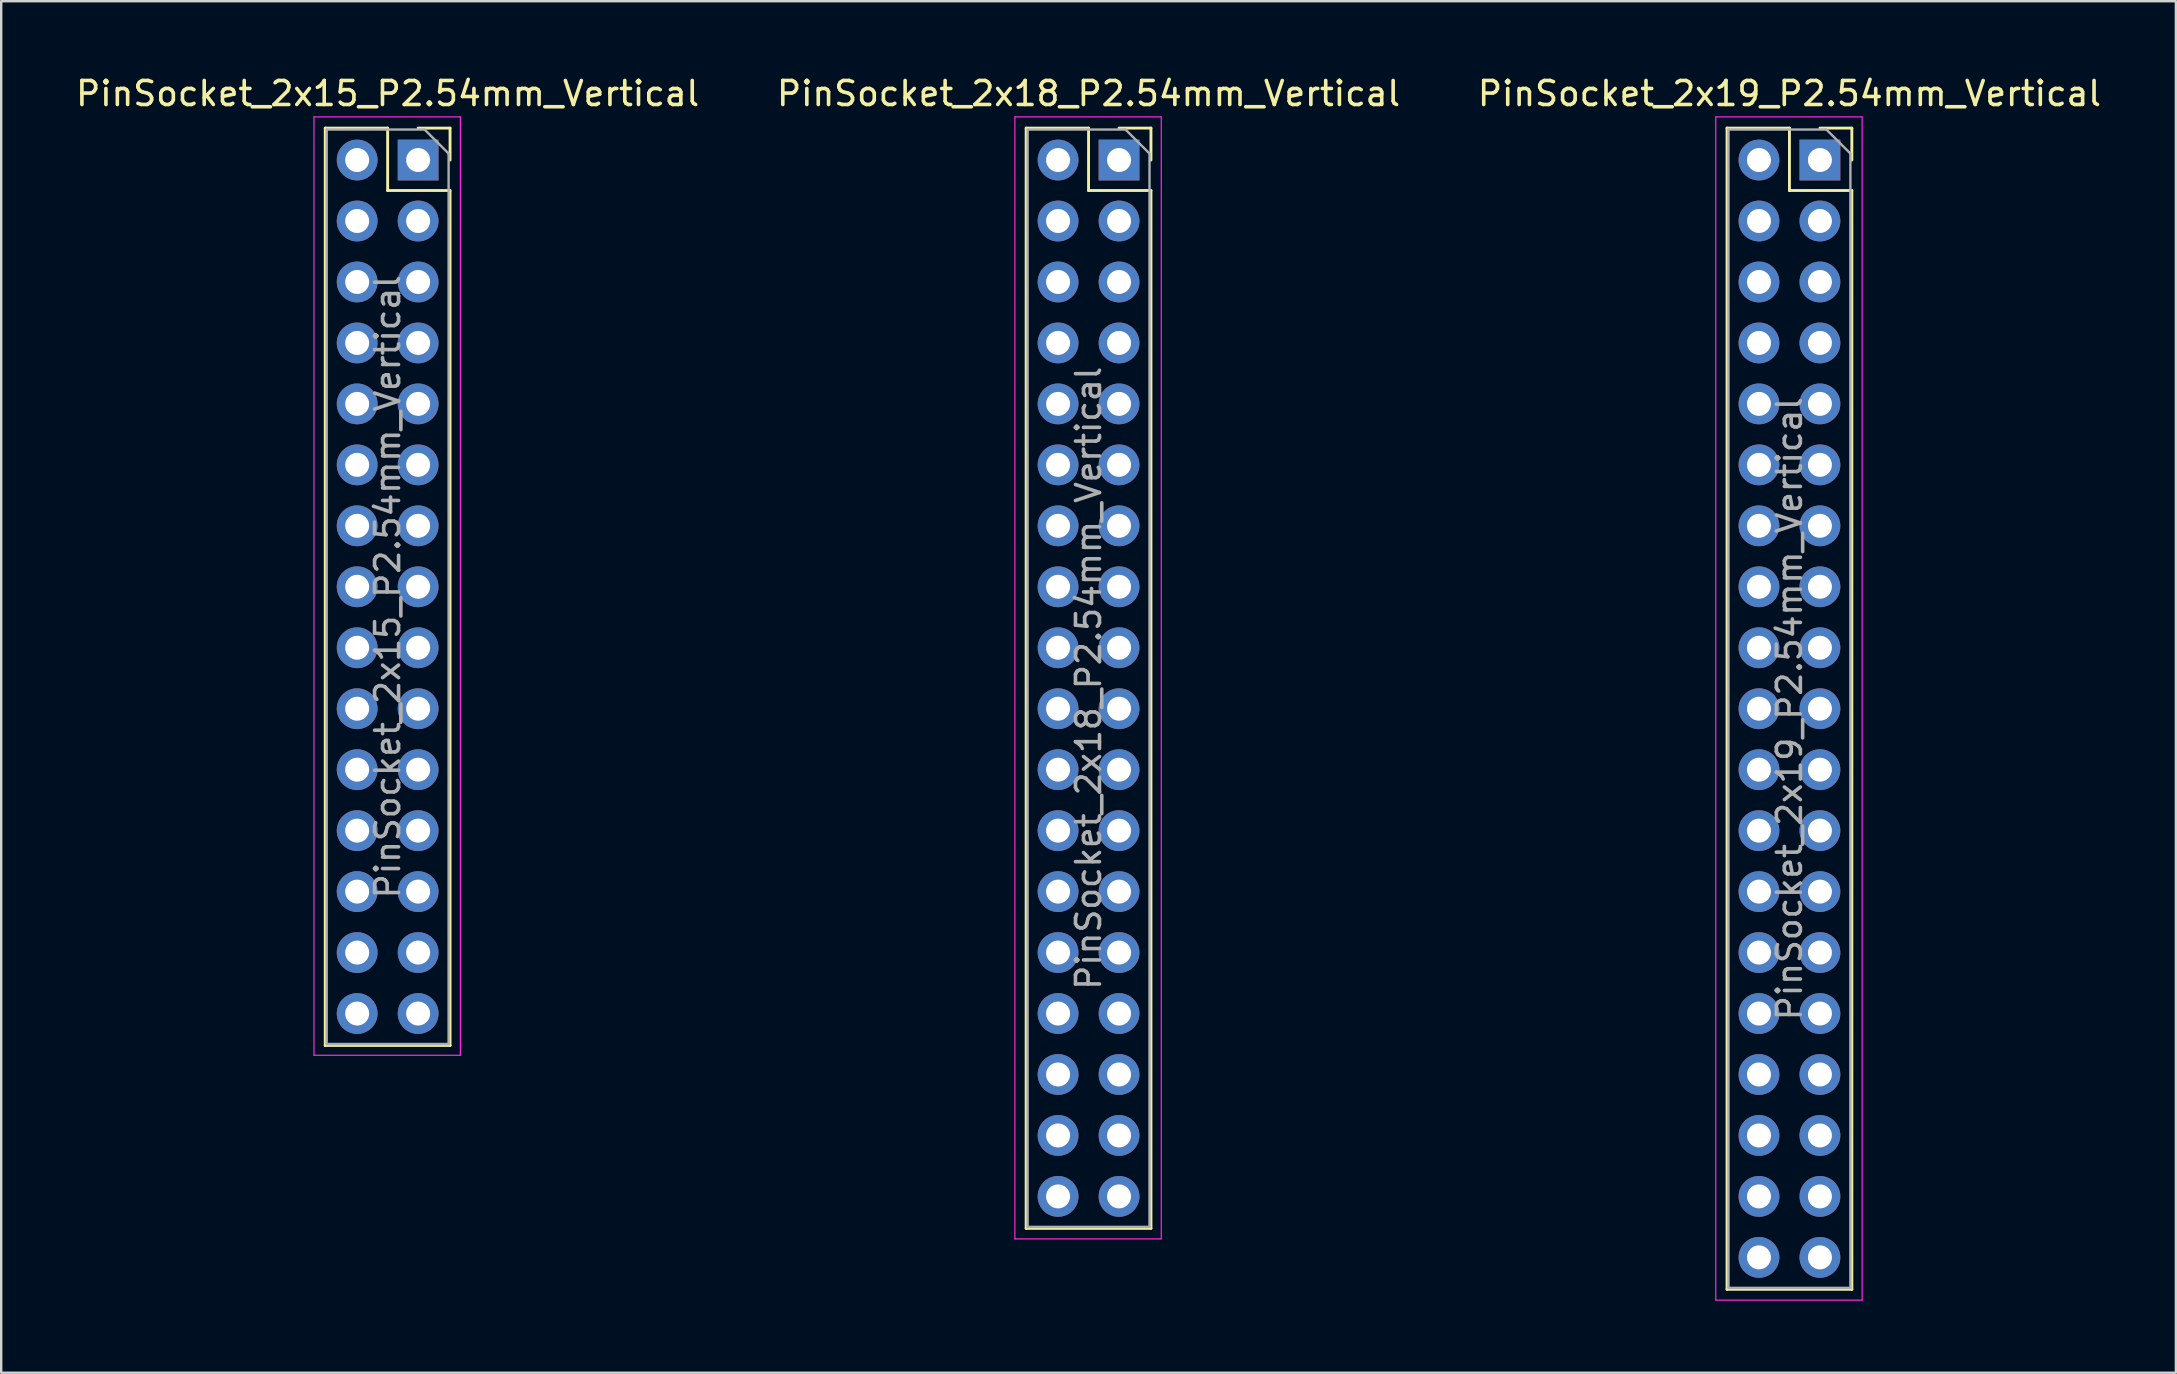
<source format=kicad_pcb>
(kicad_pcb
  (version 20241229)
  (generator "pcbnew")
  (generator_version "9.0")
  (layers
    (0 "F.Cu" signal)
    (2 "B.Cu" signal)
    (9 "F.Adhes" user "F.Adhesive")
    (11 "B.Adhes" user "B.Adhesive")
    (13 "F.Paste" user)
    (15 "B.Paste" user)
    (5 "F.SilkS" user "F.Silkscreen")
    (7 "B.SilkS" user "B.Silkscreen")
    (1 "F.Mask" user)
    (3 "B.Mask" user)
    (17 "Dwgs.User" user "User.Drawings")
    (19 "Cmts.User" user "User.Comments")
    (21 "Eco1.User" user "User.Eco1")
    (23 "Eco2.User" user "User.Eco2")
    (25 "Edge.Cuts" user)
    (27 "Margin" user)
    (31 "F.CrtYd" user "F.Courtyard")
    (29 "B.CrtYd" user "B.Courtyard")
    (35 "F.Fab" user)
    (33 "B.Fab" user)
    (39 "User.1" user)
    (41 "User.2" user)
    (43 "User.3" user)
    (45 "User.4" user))
  (footprint "PinSocket_2x15_P2.54mm_Vertical"
    (layer "F.Cu")
    (at 14.371 3.618)
    (property "Reference" "PinSocket_2x15_P2.54mm_Vertical" (at -1.27 -2.77 0) (layer "F.SilkS") (effects (font (size 1 1) (thickness 0.15))))
    (attr through_hole)
    (fp_line (start -3.87 -1.33) (end -3.87 36.89) (stroke (width 0.12) (type solid)) (layer "F.SilkS"))
    (fp_line (start -3.87 -1.33) (end -1.27 -1.33) (stroke (width 0.12) (type solid)) (layer "F.SilkS"))
    (fp_line (start -3.87 36.89) (end 1.33 36.89) (stroke (width 0.12) (type solid)) (layer "F.SilkS"))
    (fp_line (start -1.27 -1.33) (end -1.27 1.27) (stroke (width 0.12) (type solid)) (layer "F.SilkS"))
    (fp_line (start -1.27 1.27) (end 1.33 1.27) (stroke (width 0.12) (type solid)) (layer "F.SilkS"))
    (fp_line (start 0 -1.33) (end 1.33 -1.33) (stroke (width 0.12) (type solid)) (layer "F.SilkS"))
    (fp_line (start 1.33 -1.33) (end 1.33 0) (stroke (width 0.12) (type solid)) (layer "F.SilkS"))
    (fp_line (start 1.33 1.27) (end 1.33 36.89) (stroke (width 0.12) (type solid)) (layer "F.SilkS"))
    (fp_line (start -4.34 -1.8) (end 1.76 -1.8) (stroke (width 0.05) (type solid)) (layer "F.CrtYd"))
    (fp_line (start -4.34 37.3) (end -4.34 -1.8) (stroke (width 0.05) (type solid)) (layer "F.CrtYd"))
    (fp_line (start 1.76 -1.8) (end 1.76 37.3) (stroke (width 0.05) (type solid)) (layer "F.CrtYd"))
    (fp_line (start 1.76 37.3) (end -4.34 37.3) (stroke (width 0.05) (type solid)) (layer "F.CrtYd"))
    (fp_line (start -3.81 -1.27) (end 0.27 -1.27) (stroke (width 0.1) (type solid)) (layer "F.Fab"))
    (fp_line (start -3.81 36.83) (end -3.81 -1.27) (stroke (width 0.1) (type solid)) (layer "F.Fab"))
    (fp_line (start 0.27 -1.27) (end 1.27 -0.27) (stroke (width 0.1) (type solid)) (layer "F.Fab"))
    (fp_line (start 1.27 -0.27) (end 1.27 36.83) (stroke (width 0.1) (type solid)) (layer "F.Fab"))
    (fp_line (start 1.27 36.83) (end -3.81 36.83) (stroke (width 0.1) (type solid)) (layer "F.Fab"))
    (fp_text user "${REFERENCE}" (at -1.27 17.78 90) (layer "F.Fab") (effects (font (size 1 1) (thickness 0.15))))
    (pad "1" thru_hole rect (at 0 0) (size 1.7 1.7) (drill 1) (layers "*.Cu" "*.Mask"))
    (pad "2" thru_hole oval (at -2.54 0) (size 1.7 1.7) (drill 1) (layers "*.Cu" "*.Mask"))
    (pad "3" thru_hole oval (at 0 2.54) (size 1.7 1.7) (drill 1) (layers "*.Cu" "*.Mask"))
    (pad "4" thru_hole oval (at -2.54 2.54) (size 1.7 1.7) (drill 1) (layers "*.Cu" "*.Mask"))
    (pad "5" thru_hole oval (at 0 5.08) (size 1.7 1.7) (drill 1) (layers "*.Cu" "*.Mask"))
    (pad "6" thru_hole oval (at -2.54 5.08) (size 1.7 1.7) (drill 1) (layers "*.Cu" "*.Mask"))
    (pad "7" thru_hole oval (at 0 7.62) (size 1.7 1.7) (drill 1) (layers "*.Cu" "*.Mask"))
    (pad "8" thru_hole oval (at -2.54 7.62) (size 1.7 1.7) (drill 1) (layers "*.Cu" "*.Mask"))
    (pad "9" thru_hole oval (at 0 10.16) (size 1.7 1.7) (drill 1) (layers "*.Cu" "*.Mask"))
    (pad "10" thru_hole oval (at -2.54 10.16) (size 1.7 1.7) (drill 1) (layers "*.Cu" "*.Mask"))
    (pad "11" thru_hole oval (at 0 12.7) (size 1.7 1.7) (drill 1) (layers "*.Cu" "*.Mask"))
    (pad "12" thru_hole oval (at -2.54 12.7) (size 1.7 1.7) (drill 1) (layers "*.Cu" "*.Mask"))
    (pad "13" thru_hole oval (at 0 15.24) (size 1.7 1.7) (drill 1) (layers "*.Cu" "*.Mask"))
    (pad "14" thru_hole oval (at -2.54 15.24) (size 1.7 1.7) (drill 1) (layers "*.Cu" "*.Mask"))
    (pad "15" thru_hole oval (at 0 17.78) (size 1.7 1.7) (drill 1) (layers "*.Cu" "*.Mask"))
    (pad "16" thru_hole oval (at -2.54 17.78) (size 1.7 1.7) (drill 1) (layers "*.Cu" "*.Mask"))
    (pad "17" thru_hole oval (at 0 20.32) (size 1.7 1.7) (drill 1) (layers "*.Cu" "*.Mask"))
    (pad "18" thru_hole oval (at -2.54 20.32) (size 1.7 1.7) (drill 1) (layers "*.Cu" "*.Mask"))
    (pad "19" thru_hole oval (at 0 22.86) (size 1.7 1.7) (drill 1) (layers "*.Cu" "*.Mask"))
    (pad "20" thru_hole oval (at -2.54 22.86) (size 1.7 1.7) (drill 1) (layers "*.Cu" "*.Mask"))
    (pad "21" thru_hole oval (at 0 25.4) (size 1.7 1.7) (drill 1) (layers "*.Cu" "*.Mask"))
    (pad "22" thru_hole oval (at -2.54 25.4) (size 1.7 1.7) (drill 1) (layers "*.Cu" "*.Mask"))
    (pad "23" thru_hole oval (at 0 27.94) (size 1.7 1.7) (drill 1) (layers "*.Cu" "*.Mask"))
    (pad "24" thru_hole oval (at -2.54 27.94) (size 1.7 1.7) (drill 1) (layers "*.Cu" "*.Mask"))
    (pad "25" thru_hole oval (at 0 30.48) (size 1.7 1.7) (drill 1) (layers "*.Cu" "*.Mask"))
    (pad "26" thru_hole oval (at -2.54 30.48) (size 1.7 1.7) (drill 1) (layers "*.Cu" "*.Mask"))
    (pad "27" thru_hole oval (at 0 33.02) (size 1.7 1.7) (drill 1) (layers "*.Cu" "*.Mask"))
    (pad "28" thru_hole oval (at -2.54 33.02) (size 1.7 1.7) (drill 1) (layers "*.Cu" "*.Mask"))
    (pad "29" thru_hole oval (at 0 35.56) (size 1.7 1.7) (drill 1) (layers "*.Cu" "*.Mask"))
    (pad "30" thru_hole oval (at -2.54 35.56) (size 1.7 1.7) (drill 1) (layers "*.Cu" "*.Mask")))
  (footprint "PinSocket_2x18_P2.54mm_Vertical"
    (layer "F.Cu")
    (at 43.574 3.618)
    (property "Reference" "PinSocket_2x18_P2.54mm_Vertical" (at -1.27 -2.77 0) (layer "F.SilkS") (effects (font (size 1 1) (thickness 0.15))))
    (attr through_hole)
    (fp_line (start -3.87 -1.33) (end -3.87 44.51) (stroke (width 0.12) (type solid)) (layer "F.SilkS"))
    (fp_line (start -3.87 -1.33) (end -1.27 -1.33) (stroke (width 0.12) (type solid)) (layer "F.SilkS"))
    (fp_line (start -3.87 44.51) (end 1.33 44.51) (stroke (width 0.12) (type solid)) (layer "F.SilkS"))
    (fp_line (start -1.27 -1.33) (end -1.27 1.27) (stroke (width 0.12) (type solid)) (layer "F.SilkS"))
    (fp_line (start -1.27 1.27) (end 1.33 1.27) (stroke (width 0.12) (type solid)) (layer "F.SilkS"))
    (fp_line (start 0 -1.33) (end 1.33 -1.33) (stroke (width 0.12) (type solid)) (layer "F.SilkS"))
    (fp_line (start 1.33 -1.33) (end 1.33 0) (stroke (width 0.12) (type solid)) (layer "F.SilkS"))
    (fp_line (start 1.33 1.27) (end 1.33 44.51) (stroke (width 0.12) (type solid)) (layer "F.SilkS"))
    (fp_line (start -4.34 -1.8) (end 1.76 -1.8) (stroke (width 0.05) (type solid)) (layer "F.CrtYd"))
    (fp_line (start -4.34 44.95) (end -4.34 -1.8) (stroke (width 0.05) (type solid)) (layer "F.CrtYd"))
    (fp_line (start 1.76 -1.8) (end 1.76 44.95) (stroke (width 0.05) (type solid)) (layer "F.CrtYd"))
    (fp_line (start 1.76 44.95) (end -4.34 44.95) (stroke (width 0.05) (type solid)) (layer "F.CrtYd"))
    (fp_line (start -3.81 -1.27) (end 0.27 -1.27) (stroke (width 0.1) (type solid)) (layer "F.Fab"))
    (fp_line (start -3.81 44.45) (end -3.81 -1.27) (stroke (width 0.1) (type solid)) (layer "F.Fab"))
    (fp_line (start 0.27 -1.27) (end 1.27 -0.27) (stroke (width 0.1) (type solid)) (layer "F.Fab"))
    (fp_line (start 1.27 -0.27) (end 1.27 44.45) (stroke (width 0.1) (type solid)) (layer "F.Fab"))
    (fp_line (start 1.27 44.45) (end -3.81 44.45) (stroke (width 0.1) (type solid)) (layer "F.Fab"))
    (fp_text user "${REFERENCE}" (at -1.27 21.59 90) (layer "F.Fab") (effects (font (size 1 1) (thickness 0.15))))
    (pad "1" thru_hole rect (at 0 0) (size 1.7 1.7) (drill 1) (layers "*.Cu" "*.Mask"))
    (pad "2" thru_hole oval (at -2.54 0) (size 1.7 1.7) (drill 1) (layers "*.Cu" "*.Mask"))
    (pad "3" thru_hole oval (at 0 2.54) (size 1.7 1.7) (drill 1) (layers "*.Cu" "*.Mask"))
    (pad "4" thru_hole oval (at -2.54 2.54) (size 1.7 1.7) (drill 1) (layers "*.Cu" "*.Mask"))
    (pad "5" thru_hole oval (at 0 5.08) (size 1.7 1.7) (drill 1) (layers "*.Cu" "*.Mask"))
    (pad "6" thru_hole oval (at -2.54 5.08) (size 1.7 1.7) (drill 1) (layers "*.Cu" "*.Mask"))
    (pad "7" thru_hole oval (at 0 7.62) (size 1.7 1.7) (drill 1) (layers "*.Cu" "*.Mask"))
    (pad "8" thru_hole oval (at -2.54 7.62) (size 1.7 1.7) (drill 1) (layers "*.Cu" "*.Mask"))
    (pad "9" thru_hole oval (at 0 10.16) (size 1.7 1.7) (drill 1) (layers "*.Cu" "*.Mask"))
    (pad "10" thru_hole oval (at -2.54 10.16) (size 1.7 1.7) (drill 1) (layers "*.Cu" "*.Mask"))
    (pad "11" thru_hole oval (at 0 12.7) (size 1.7 1.7) (drill 1) (layers "*.Cu" "*.Mask"))
    (pad "12" thru_hole oval (at -2.54 12.7) (size 1.7 1.7) (drill 1) (layers "*.Cu" "*.Mask"))
    (pad "13" thru_hole oval (at 0 15.24) (size 1.7 1.7) (drill 1) (layers "*.Cu" "*.Mask"))
    (pad "14" thru_hole oval (at -2.54 15.24) (size 1.7 1.7) (drill 1) (layers "*.Cu" "*.Mask"))
    (pad "15" thru_hole oval (at 0 17.78) (size 1.7 1.7) (drill 1) (layers "*.Cu" "*.Mask"))
    (pad "16" thru_hole oval (at -2.54 17.78) (size 1.7 1.7) (drill 1) (layers "*.Cu" "*.Mask"))
    (pad "17" thru_hole oval (at 0 20.32) (size 1.7 1.7) (drill 1) (layers "*.Cu" "*.Mask"))
    (pad "18" thru_hole oval (at -2.54 20.32) (size 1.7 1.7) (drill 1) (layers "*.Cu" "*.Mask"))
    (pad "19" thru_hole oval (at 0 22.86) (size 1.7 1.7) (drill 1) (layers "*.Cu" "*.Mask"))
    (pad "20" thru_hole oval (at -2.54 22.86) (size 1.7 1.7) (drill 1) (layers "*.Cu" "*.Mask"))
    (pad "21" thru_hole oval (at 0 25.4) (size 1.7 1.7) (drill 1) (layers "*.Cu" "*.Mask"))
    (pad "22" thru_hole oval (at -2.54 25.4) (size 1.7 1.7) (drill 1) (layers "*.Cu" "*.Mask"))
    (pad "23" thru_hole oval (at 0 27.94) (size 1.7 1.7) (drill 1) (layers "*.Cu" "*.Mask"))
    (pad "24" thru_hole oval (at -2.54 27.94) (size 1.7 1.7) (drill 1) (layers "*.Cu" "*.Mask"))
    (pad "25" thru_hole oval (at 0 30.48) (size 1.7 1.7) (drill 1) (layers "*.Cu" "*.Mask"))
    (pad "26" thru_hole oval (at -2.54 30.48) (size 1.7 1.7) (drill 1) (layers "*.Cu" "*.Mask"))
    (pad "27" thru_hole oval (at 0 33.02) (size 1.7 1.7) (drill 1) (layers "*.Cu" "*.Mask"))
    (pad "28" thru_hole oval (at -2.54 33.02) (size 1.7 1.7) (drill 1) (layers "*.Cu" "*.Mask"))
    (pad "29" thru_hole oval (at 0 35.56) (size 1.7 1.7) (drill 1) (layers "*.Cu" "*.Mask"))
    (pad "30" thru_hole oval (at -2.54 35.56) (size 1.7 1.7) (drill 1) (layers "*.Cu" "*.Mask"))
    (pad "31" thru_hole oval (at 0 38.1) (size 1.7 1.7) (drill 1) (layers "*.Cu" "*.Mask"))
    (pad "32" thru_hole oval (at -2.54 38.1) (size 1.7 1.7) (drill 1) (layers "*.Cu" "*.Mask"))
    (pad "33" thru_hole oval (at 0 40.64) (size 1.7 1.7) (drill 1) (layers "*.Cu" "*.Mask"))
    (pad "34" thru_hole oval (at -2.54 40.64) (size 1.7 1.7) (drill 1) (layers "*.Cu" "*.Mask"))
    (pad "35" thru_hole oval (at 0 43.18) (size 1.7 1.7) (drill 1) (layers "*.Cu" "*.Mask"))
    (pad "36" thru_hole oval (at -2.54 43.18) (size 1.7 1.7) (drill 1) (layers "*.Cu" "*.Mask")))
  (footprint "PinSocket_2x19_P2.54mm_Vertical"
    (layer "F.Cu")
    (at 72.776 3.618)
    (property "Reference" "PinSocket_2x19_P2.54mm_Vertical" (at -1.27 -2.77 0) (layer "F.SilkS") (effects (font (size 1 1) (thickness 0.15))))
    (attr through_hole)
    (fp_line (start -3.87 -1.33) (end -3.87 47.05) (stroke (width 0.12) (type solid)) (layer "F.SilkS"))
    (fp_line (start -3.87 -1.33) (end -1.27 -1.33) (stroke (width 0.12) (type solid)) (layer "F.SilkS"))
    (fp_line (start -3.87 47.05) (end 1.33 47.05) (stroke (width 0.12) (type solid)) (layer "F.SilkS"))
    (fp_line (start -1.27 -1.33) (end -1.27 1.27) (stroke (width 0.12) (type solid)) (layer "F.SilkS"))
    (fp_line (start -1.27 1.27) (end 1.33 1.27) (stroke (width 0.12) (type solid)) (layer "F.SilkS"))
    (fp_line (start 0 -1.33) (end 1.33 -1.33) (stroke (width 0.12) (type solid)) (layer "F.SilkS"))
    (fp_line (start 1.33 -1.33) (end 1.33 0) (stroke (width 0.12) (type solid)) (layer "F.SilkS"))
    (fp_line (start 1.33 1.27) (end 1.33 47.05) (stroke (width 0.12) (type solid)) (layer "F.SilkS"))
    (fp_line (start -4.34 -1.8) (end 1.76 -1.8) (stroke (width 0.05) (type solid)) (layer "F.CrtYd"))
    (fp_line (start -4.34 47.5) (end -4.34 -1.8) (stroke (width 0.05) (type solid)) (layer "F.CrtYd"))
    (fp_line (start 1.76 -1.8) (end 1.76 47.5) (stroke (width 0.05) (type solid)) (layer "F.CrtYd"))
    (fp_line (start 1.76 47.5) (end -4.34 47.5) (stroke (width 0.05) (type solid)) (layer "F.CrtYd"))
    (fp_line (start -3.81 -1.27) (end 0.27 -1.27) (stroke (width 0.1) (type solid)) (layer "F.Fab"))
    (fp_line (start -3.81 46.99) (end -3.81 -1.27) (stroke (width 0.1) (type solid)) (layer "F.Fab"))
    (fp_line (start 0.27 -1.27) (end 1.27 -0.27) (stroke (width 0.1) (type solid)) (layer "F.Fab"))
    (fp_line (start 1.27 -0.27) (end 1.27 46.99) (stroke (width 0.1) (type solid)) (layer "F.Fab"))
    (fp_line (start 1.27 46.99) (end -3.81 46.99) (stroke (width 0.1) (type solid)) (layer "F.Fab"))
    (fp_text user "${REFERENCE}" (at -1.27 22.86 90) (layer "F.Fab") (effects (font (size 1 1) (thickness 0.15))))
    (pad "1" thru_hole rect (at 0 0) (size 1.7 1.7) (drill 1) (layers "*.Cu" "*.Mask"))
    (pad "2" thru_hole oval (at -2.54 0) (size 1.7 1.7) (drill 1) (layers "*.Cu" "*.Mask"))
    (pad "3" thru_hole oval (at 0 2.54) (size 1.7 1.7) (drill 1) (layers "*.Cu" "*.Mask"))
    (pad "4" thru_hole oval (at -2.54 2.54) (size 1.7 1.7) (drill 1) (layers "*.Cu" "*.Mask"))
    (pad "5" thru_hole oval (at 0 5.08) (size 1.7 1.7) (drill 1) (layers "*.Cu" "*.Mask"))
    (pad "6" thru_hole oval (at -2.54 5.08) (size 1.7 1.7) (drill 1) (layers "*.Cu" "*.Mask"))
    (pad "7" thru_hole oval (at 0 7.62) (size 1.7 1.7) (drill 1) (layers "*.Cu" "*.Mask"))
    (pad "8" thru_hole oval (at -2.54 7.62) (size 1.7 1.7) (drill 1) (layers "*.Cu" "*.Mask"))
    (pad "9" thru_hole oval (at 0 10.16) (size 1.7 1.7) (drill 1) (layers "*.Cu" "*.Mask"))
    (pad "10" thru_hole oval (at -2.54 10.16) (size 1.7 1.7) (drill 1) (layers "*.Cu" "*.Mask"))
    (pad "11" thru_hole oval (at 0 12.7) (size 1.7 1.7) (drill 1) (layers "*.Cu" "*.Mask"))
    (pad "12" thru_hole oval (at -2.54 12.7) (size 1.7 1.7) (drill 1) (layers "*.Cu" "*.Mask"))
    (pad "13" thru_hole oval (at 0 15.24) (size 1.7 1.7) (drill 1) (layers "*.Cu" "*.Mask"))
    (pad "14" thru_hole oval (at -2.54 15.24) (size 1.7 1.7) (drill 1) (layers "*.Cu" "*.Mask"))
    (pad "15" thru_hole oval (at 0 17.78) (size 1.7 1.7) (drill 1) (layers "*.Cu" "*.Mask"))
    (pad "16" thru_hole oval (at -2.54 17.78) (size 1.7 1.7) (drill 1) (layers "*.Cu" "*.Mask"))
    (pad "17" thru_hole oval (at 0 20.32) (size 1.7 1.7) (drill 1) (layers "*.Cu" "*.Mask"))
    (pad "18" thru_hole oval (at -2.54 20.32) (size 1.7 1.7) (drill 1) (layers "*.Cu" "*.Mask"))
    (pad "19" thru_hole oval (at 0 22.86) (size 1.7 1.7) (drill 1) (layers "*.Cu" "*.Mask"))
    (pad "20" thru_hole oval (at -2.54 22.86) (size 1.7 1.7) (drill 1) (layers "*.Cu" "*.Mask"))
    (pad "21" thru_hole oval (at 0 25.4) (size 1.7 1.7) (drill 1) (layers "*.Cu" "*.Mask"))
    (pad "22" thru_hole oval (at -2.54 25.4) (size 1.7 1.7) (drill 1) (layers "*.Cu" "*.Mask"))
    (pad "23" thru_hole oval (at 0 27.94) (size 1.7 1.7) (drill 1) (layers "*.Cu" "*.Mask"))
    (pad "24" thru_hole oval (at -2.54 27.94) (size 1.7 1.7) (drill 1) (layers "*.Cu" "*.Mask"))
    (pad "25" thru_hole oval (at 0 30.48) (size 1.7 1.7) (drill 1) (layers "*.Cu" "*.Mask"))
    (pad "26" thru_hole oval (at -2.54 30.48) (size 1.7 1.7) (drill 1) (layers "*.Cu" "*.Mask"))
    (pad "27" thru_hole oval (at 0 33.02) (size 1.7 1.7) (drill 1) (layers "*.Cu" "*.Mask"))
    (pad "28" thru_hole oval (at -2.54 33.02) (size 1.7 1.7) (drill 1) (layers "*.Cu" "*.Mask"))
    (pad "29" thru_hole oval (at 0 35.56) (size 1.7 1.7) (drill 1) (layers "*.Cu" "*.Mask"))
    (pad "30" thru_hole oval (at -2.54 35.56) (size 1.7 1.7) (drill 1) (layers "*.Cu" "*.Mask"))
    (pad "31" thru_hole oval (at 0 38.1) (size 1.7 1.7) (drill 1) (layers "*.Cu" "*.Mask"))
    (pad "32" thru_hole oval (at -2.54 38.1) (size 1.7 1.7) (drill 1) (layers "*.Cu" "*.Mask"))
    (pad "33" thru_hole oval (at 0 40.64) (size 1.7 1.7) (drill 1) (layers "*.Cu" "*.Mask"))
    (pad "34" thru_hole oval (at -2.54 40.64) (size 1.7 1.7) (drill 1) (layers "*.Cu" "*.Mask"))
    (pad "35" thru_hole oval (at 0 43.18) (size 1.7 1.7) (drill 1) (layers "*.Cu" "*.Mask"))
    (pad "36" thru_hole oval (at -2.54 43.18) (size 1.7 1.7) (drill 1) (layers "*.Cu" "*.Mask"))
    (pad "37" thru_hole oval (at 0 45.72) (size 1.7 1.7) (drill 1) (layers "*.Cu" "*.Mask"))
    (pad "38" thru_hole oval (at -2.54 45.72) (size 1.7 1.7) (drill 1) (layers "*.Cu" "*.Mask")))
  (gr_rect
    (start -3 -3)
    (end 87.607 54.143)
    (stroke (width 0.1) (type default))
    (fill no)
    (layer "Edge.Cuts")))
</source>
